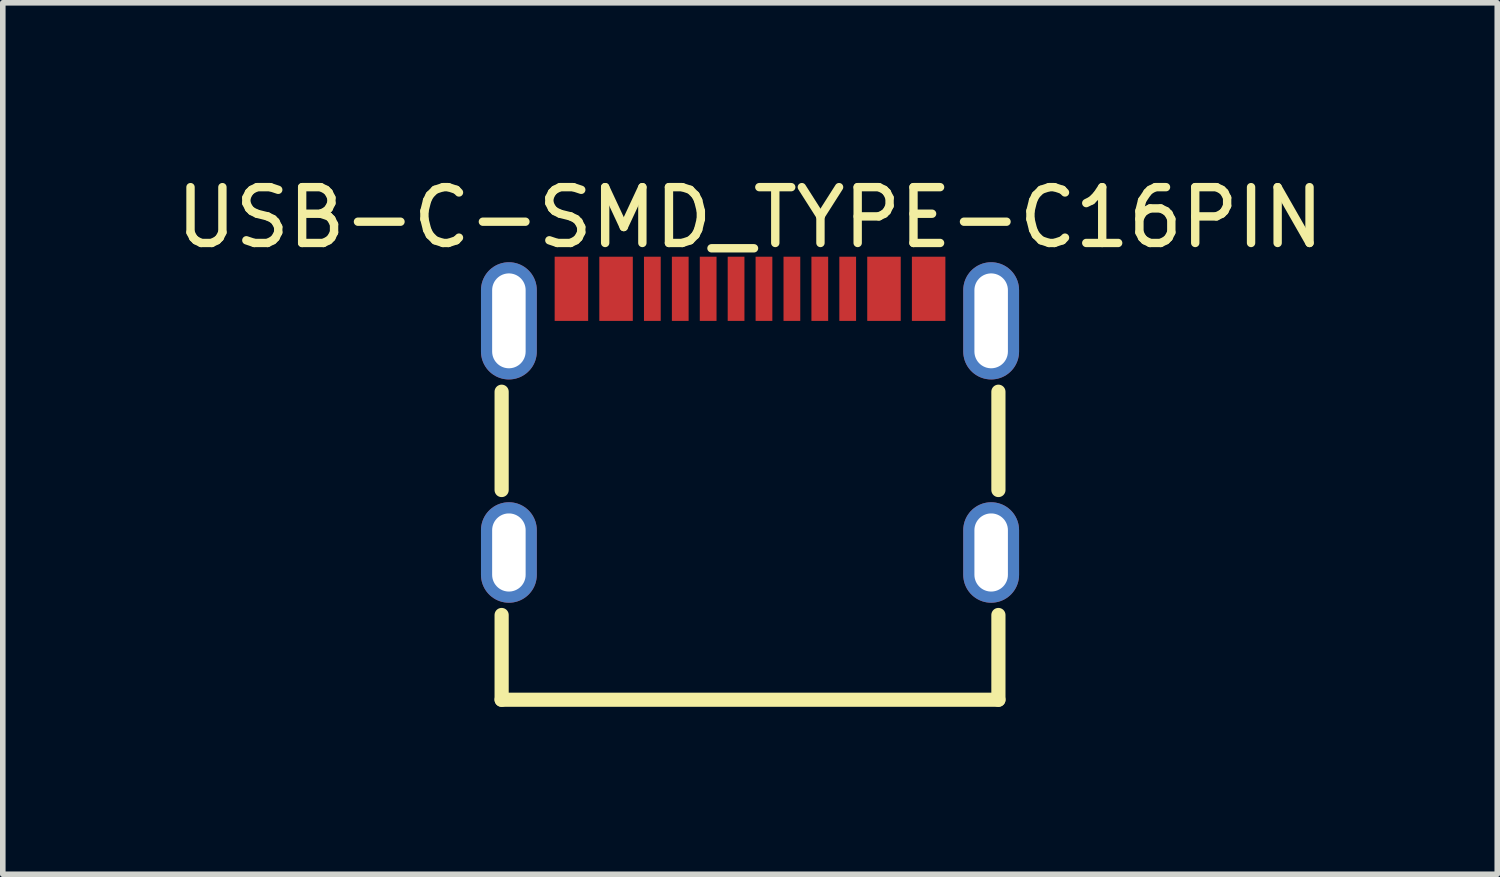
<source format=kicad_pcb>
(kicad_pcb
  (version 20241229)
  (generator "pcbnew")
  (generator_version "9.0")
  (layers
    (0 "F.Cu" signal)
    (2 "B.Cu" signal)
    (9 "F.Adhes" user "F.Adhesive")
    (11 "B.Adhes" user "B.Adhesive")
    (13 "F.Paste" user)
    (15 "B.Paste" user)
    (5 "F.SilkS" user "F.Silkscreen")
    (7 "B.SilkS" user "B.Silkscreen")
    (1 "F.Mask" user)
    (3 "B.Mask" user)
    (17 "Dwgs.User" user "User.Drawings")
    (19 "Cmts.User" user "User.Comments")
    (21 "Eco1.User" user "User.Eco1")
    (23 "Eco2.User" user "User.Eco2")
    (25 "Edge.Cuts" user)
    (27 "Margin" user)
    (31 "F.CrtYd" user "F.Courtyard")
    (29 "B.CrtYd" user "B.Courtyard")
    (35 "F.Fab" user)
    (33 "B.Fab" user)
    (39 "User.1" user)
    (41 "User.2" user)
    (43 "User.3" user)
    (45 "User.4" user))
  (footprint "USB-C-SMD_TYPE-C16PIN"
    (layer "F.Cu")
    (at 10.387 4.486)
    (property "Reference" "USB-C-SMD_TYPE-C16PIN" (at 0 -3.638 0) (layer "F.SilkS") (effects (font (size 1 1) (thickness 0.15))))
    (fp_line (start -4.45 -0.518) (end -4.45 1.243) (stroke (width 0.254) (type default)) (layer "F.SilkS"))
    (fp_line (start -4.45 3.482) (end -4.45 5) (stroke (width 0.254) (type default)) (layer "F.SilkS"))
    (fp_line (start -4.45 5) (end 4.45 5) (stroke (width 0.254) (type default)) (layer "F.SilkS"))
    (fp_line (start 4.45 1.243) (end 4.45 -0.518) (stroke (width 0.254) (type default)) (layer "F.SilkS"))
    (fp_line (start 4.45 5) (end 4.45 3.482) (stroke (width 0.254) (type default)) (layer "F.SilkS"))
    (fp_poly (pts (xy -3.5 -2.938) (xy -2.9 -2.938) (xy -2.9 -1.788) (xy -3.5 -1.788)) (stroke (width 0) (type default)) (fill yes) (layer "F.Paste"))
    (fp_poly (pts (xy -2.7 -2.938) (xy -2.1 -2.938) (xy -2.1 -1.788) (xy -2.7 -1.788)) (stroke (width 0) (type default)) (fill yes) (layer "F.Paste"))
    (fp_poly (pts (xy -1.9 -2.938) (xy -1.6 -2.938) (xy -1.6 -1.788) (xy -1.9 -1.788)) (stroke (width 0) (type default)) (fill yes) (layer "F.Paste"))
    (fp_poly (pts (xy -1.4 -2.938) (xy -1.1 -2.938) (xy -1.1 -1.788) (xy -1.4 -1.788)) (stroke (width 0) (type default)) (fill yes) (layer "F.Paste"))
    (fp_poly (pts (xy -0.9 -2.938) (xy -0.6 -2.938) (xy -0.6 -1.788) (xy -0.9 -1.788)) (stroke (width 0) (type default)) (fill yes) (layer "F.Paste"))
    (fp_poly (pts (xy -0.4 -2.938) (xy -0.1 -2.938) (xy -0.1 -1.788) (xy -0.4 -1.788)) (stroke (width 0) (type default)) (fill yes) (layer "F.Paste"))
    (fp_poly (pts (xy 0.1 -2.938) (xy 0.4 -2.938) (xy 0.4 -1.788) (xy 0.1 -1.788)) (stroke (width 0) (type default)) (fill yes) (layer "F.Paste"))
    (fp_poly (pts (xy 0.6 -2.938) (xy 0.9 -2.938) (xy 0.9 -1.788) (xy 0.6 -1.788)) (stroke (width 0) (type default)) (fill yes) (layer "F.Paste"))
    (fp_poly (pts (xy 1.1 -2.938) (xy 1.4 -2.938) (xy 1.4 -1.788) (xy 1.1 -1.788)) (stroke (width 0) (type default)) (fill yes) (layer "F.Paste"))
    (fp_poly (pts (xy 1.6 -2.938) (xy 1.9 -2.938) (xy 1.9 -1.788) (xy 1.6 -1.788)) (stroke (width 0) (type default)) (fill yes) (layer "F.Paste"))
    (fp_poly (pts (xy 2.1 -2.938) (xy 2.7 -2.938) (xy 2.7 -1.788) (xy 2.1 -1.788)) (stroke (width 0) (type default)) (fill yes) (layer "F.Paste"))
    (fp_poly (pts (xy 2.9 -2.938) (xy 3.5 -2.938) (xy 3.5 -1.788) (xy 2.9 -1.788)) (stroke (width 0) (type default)) (fill yes) (layer "F.Paste"))
    (fp_poly (pts (arc (start -4.82 -2.3375) (mid -4.32 -2.8375) (end -3.82 -2.3375)) (arc (start -3.82 -1.2375) (mid -4.32 -0.7375) (end -4.82 -1.2375))) (stroke (width 0) (type default)) (fill yes) (layer "F.Paste"))
    (fp_poly (pts (arc (start -4.82 1.9625) (mid -4.32 1.4625) (end -3.82 1.9625)) (arc (start -3.82 2.7625) (mid -4.32 3.2625) (end -4.82 2.7625))) (stroke (width 0) (type default)) (fill yes) (layer "F.Paste"))
    (fp_poly (pts (arc (start 3.82 -2.3375) (mid 4.32 -2.8375) (end 4.82 -2.3375)) (arc (start 4.82 -1.2375) (mid 4.32 -0.7375) (end 3.82 -1.2375))) (stroke (width 0) (type default)) (fill yes) (layer "F.Paste"))
    (fp_poly (pts (arc (start 3.82 1.9625) (mid 4.32 1.4625) (end 4.82 1.9625)) (arc (start 4.82 2.7625) (mid 4.32 3.2625) (end 3.82 2.7625))) (stroke (width 0) (type default)) (fill yes) (layer "F.Paste"))
    (fp_poly (pts (xy -4.47 -2.337) (xy -4.17 -2.337) (xy -4.17 -1.238) (xy -4.47 -1.238)) (stroke (width 0.1) (type default)) (fill no) (layer "User.1"))
    (fp_poly (pts (xy -4.47 1.962) (xy -4.17 1.962) (xy -4.17 2.763) (xy -4.47 2.763)) (stroke (width 0.1) (type default)) (fill no) (layer "User.1"))
    (fp_poly (pts (xy -3.4 -2.803) (xy -3 -2.803) (xy -3 -2.103) (xy -3.4 -2.103)) (stroke (width 0.1) (type default)) (fill no) (layer "User.1"))
    (fp_poly (pts (xy -2.6 -2.803) (xy -2.2 -2.803) (xy -2.2 -2.103) (xy -2.6 -2.103)) (stroke (width 0.1) (type default)) (fill no) (layer "User.1"))
    (fp_poly (pts (xy -1.85 -2.803) (xy -1.65 -2.803) (xy -1.65 -2.103) (xy -1.85 -2.103)) (stroke (width 0.1) (type default)) (fill no) (layer "User.1"))
    (fp_poly (pts (xy -1.35 -2.803) (xy -1.15 -2.803) (xy -1.15 -2.103) (xy -1.35 -2.103)) (stroke (width 0.1) (type default)) (fill no) (layer "User.1"))
    (fp_poly (pts (xy -0.85 -2.803) (xy -0.65 -2.803) (xy -0.65 -2.103) (xy -0.85 -2.103)) (stroke (width 0.1) (type default)) (fill no) (layer "User.1"))
    (fp_poly (pts (xy -0.35 -2.803) (xy -0.15 -2.803) (xy -0.15 -2.103) (xy -0.35 -2.103)) (stroke (width 0.1) (type default)) (fill no) (layer "User.1"))
    (fp_poly (pts (xy 0.15 -2.803) (xy 0.35 -2.803) (xy 0.35 -2.103) (xy 0.15 -2.103)) (stroke (width 0.1) (type default)) (fill no) (layer "User.1"))
    (fp_poly (pts (xy 0.65 -2.803) (xy 0.85 -2.803) (xy 0.85 -2.103) (xy 0.65 -2.103)) (stroke (width 0.1) (type default)) (fill no) (layer "User.1"))
    (fp_poly (pts (xy 1.15 -2.803) (xy 1.35 -2.803) (xy 1.35 -2.103) (xy 1.15 -2.103)) (stroke (width 0.1) (type default)) (fill no) (layer "User.1"))
    (fp_poly (pts (xy 1.65 -2.803) (xy 1.85 -2.803) (xy 1.85 -2.103) (xy 1.65 -2.103)) (stroke (width 0.1) (type default)) (fill no) (layer "User.1"))
    (fp_poly (pts (xy 2.2 -2.803) (xy 2.6 -2.803) (xy 2.6 -2.103) (xy 2.2 -2.103)) (stroke (width 0.1) (type default)) (fill no) (layer "User.1"))
    (fp_poly (pts (xy 3 -2.803) (xy 3.4 -2.803) (xy 3.4 -2.103) (xy 3 -2.103)) (stroke (width 0.1) (type default)) (fill no) (layer "User.1"))
    (fp_poly (pts (xy 4.17 -2.337) (xy 4.47 -2.337) (xy 4.47 -1.238) (xy 4.17 -1.238)) (stroke (width 0.1) (type default)) (fill no) (layer "User.1"))
    (fp_poly (pts (xy 4.17 1.962) (xy 4.47 1.962) (xy 4.47 2.763) (xy 4.17 2.763)) (stroke (width 0.1) (type default)) (fill no) (layer "User.1"))
    (fp_line (start -4.47 -2.338) (end 4.47 -2.338) (stroke (width 0.051) (type default)) (layer "User.2"))
    (fp_line (start -4.47 5.012) (end -4.47 -2.338) (stroke (width 0.051) (type default)) (layer "User.2"))
    (fp_line (start 4.47 -2.338) (end 4.47 5.012) (stroke (width 0.051) (type default)) (layer "User.2"))
    (fp_line (start 4.47 5.012) (end -4.47 5.012) (stroke (width 0.051) (type default)) (layer "User.2"))
    (fp_poly (pts (xy -4.415 -2.825) (xy -4.447 -2.858) (xy -4.493 -2.858) (xy -4.525 -2.825) (xy -4.525 -2.78) (xy -4.493 -2.747) (xy -4.447 -2.747) (xy -4.415 -2.78)) (stroke (width 0.1) (type default)) (fill no) (layer "User.3"))
    (pad "1" thru_hole oval (at -4.32 -1.788) (size 1 2.1) (drill oval 0.6 1.7) (layers "*.Cu" "*.Mask"))
    (pad "2" thru_hole oval (at 4.32 -1.788) (size 1 2.1) (drill oval 0.6 1.7) (layers "*.Cu" "*.Mask"))
    (pad "3" thru_hole oval (at -4.32 2.362) (size 1 1.8) (drill oval 0.6 1.4) (layers "*.Cu" "*.Mask"))
    (pad "4" thru_hole oval (at 4.32 2.362) (size 1 1.8) (drill oval 0.6 1.4) (layers "*.Cu" "*.Mask"))
    (pad "A1B12" smd rect (at -3.2 -2.362) (size 0.6 1.15) (layers "F.Cu" "F.Mask" "F.Paste"))
    (pad "A4B9" smd rect (at -2.4 -2.362) (size 0.6 1.15) (layers "F.Cu" "F.Mask" "F.Paste"))
    (pad "A5" smd rect (at -1.25 -2.362) (size 0.3 1.15) (layers "F.Cu" "F.Mask" "F.Paste"))
    (pad "A6" smd rect (at -0.25 -2.362) (size 0.3 1.15) (layers "F.Cu" "F.Mask" "F.Paste"))
    (pad "A7" smd rect (at 0.25 -2.362) (size 0.3 1.15) (layers "F.Cu" "F.Mask" "F.Paste"))
    (pad "A8" smd rect (at 1.25 -2.362) (size 0.3 1.15) (layers "F.Cu" "F.Mask" "F.Paste"))
    (pad "B1A12" smd rect (at 3.2 -2.362) (size 0.6 1.15) (layers "F.Cu" "F.Mask" "F.Paste"))
    (pad "B4A9" smd rect (at 2.4 -2.362) (size 0.6 1.15) (layers "F.Cu" "F.Mask" "F.Paste"))
    (pad "B5" smd rect (at 1.75 -2.362) (size 0.3 1.15) (layers "F.Cu" "F.Mask" "F.Paste"))
    (pad "B6" smd rect (at 0.75 -2.362) (size 0.3 1.15) (layers "F.Cu" "F.Mask" "F.Paste"))
    (pad "B7" smd rect (at -0.75 -2.362) (size 0.3 1.15) (layers "F.Cu" "F.Mask" "F.Paste"))
    (pad "B8" smd rect (at -1.75 -2.362) (size 0.3 1.15) (layers "F.Cu" "F.Mask" "F.Paste")))
  (gr_rect
    (start -3 -3)
    (end 23.774 12.613)
    (stroke (width 0.1) (type default))
    (fill no)
    (layer "Edge.Cuts")))
</source>
